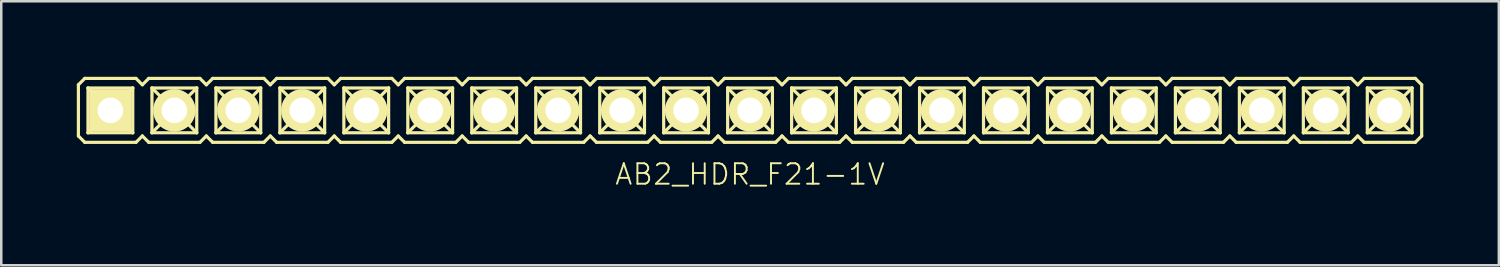
<source format=kicad_pcb>
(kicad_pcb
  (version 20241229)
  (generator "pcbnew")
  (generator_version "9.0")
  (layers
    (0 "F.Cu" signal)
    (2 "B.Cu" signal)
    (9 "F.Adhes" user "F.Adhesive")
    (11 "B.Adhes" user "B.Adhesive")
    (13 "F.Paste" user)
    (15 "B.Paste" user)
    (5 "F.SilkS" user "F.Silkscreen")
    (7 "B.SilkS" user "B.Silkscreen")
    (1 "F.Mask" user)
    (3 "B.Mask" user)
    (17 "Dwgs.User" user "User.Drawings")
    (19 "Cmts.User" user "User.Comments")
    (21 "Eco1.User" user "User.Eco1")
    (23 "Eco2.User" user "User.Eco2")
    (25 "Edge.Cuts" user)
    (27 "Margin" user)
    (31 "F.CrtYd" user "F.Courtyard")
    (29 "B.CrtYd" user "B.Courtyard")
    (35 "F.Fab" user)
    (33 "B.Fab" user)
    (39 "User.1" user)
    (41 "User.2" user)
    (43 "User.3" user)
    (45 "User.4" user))
  (footprint "AB2_HDR_F21-1V"
    (layer "F.Cu")
    (at 26.733 1.333)
    (property "Reference" "AB2_HDR_F21-1V" (at 0 2.54 0) (layer "F.SilkS") (effects (font (size 0.813 0.813) (thickness 0.076))))
    (attr through_hole)
    (fp_line (start -26.67 -1.016) (end -26.416 -1.27) (stroke (width 0.127) (type solid)) (layer "F.SilkS"))
    (fp_line (start -26.67 1.016) (end -26.67 -1.016) (stroke (width 0.127) (type solid)) (layer "F.SilkS"))
    (fp_line (start -26.416 -1.27) (end -24.384 -1.27) (stroke (width 0.127) (type solid)) (layer "F.SilkS"))
    (fp_line (start -26.416 1.27) (end -26.67 1.016) (stroke (width 0.127) (type solid)) (layer "F.SilkS"))
    (fp_line (start -26.289 -0.889) (end -24.511 -0.889) (stroke (width 0.127) (type solid)) (layer "F.SilkS"))
    (fp_line (start -26.289 0.889) (end -26.289 -0.889) (stroke (width 0.127) (type solid)) (layer "F.SilkS"))
    (fp_line (start -25.908 -0.508) (end -26.289 -0.889) (stroke (width 0.127) (type solid)) (layer "F.SilkS"))
    (fp_line (start -25.908 -0.508) (end -24.892 -0.508) (stroke (width 0.127) (type solid)) (layer "F.SilkS"))
    (fp_line (start -25.908 0.508) (end -26.289 0.889) (stroke (width 0.127) (type solid)) (layer "F.SilkS"))
    (fp_line (start -25.908 0.508) (end -25.908 -0.508) (stroke (width 0.127) (type solid)) (layer "F.SilkS"))
    (fp_line (start -24.892 -0.508) (end -24.892 0.508) (stroke (width 0.127) (type solid)) (layer "F.SilkS"))
    (fp_line (start -24.892 -0.508) (end -24.511 -0.889) (stroke (width 0.127) (type solid)) (layer "F.SilkS"))
    (fp_line (start -24.892 0.508) (end -25.908 0.508) (stroke (width 0.127) (type solid)) (layer "F.SilkS"))
    (fp_line (start -24.892 0.508) (end -24.511 0.889) (stroke (width 0.127) (type solid)) (layer "F.SilkS"))
    (fp_line (start -24.511 -0.889) (end -24.511 0.889) (stroke (width 0.127) (type solid)) (layer "F.SilkS"))
    (fp_line (start -24.511 0.889) (end -26.289 0.889) (stroke (width 0.127) (type solid)) (layer "F.SilkS"))
    (fp_line (start -24.384 -1.27) (end -24.13 -1.016) (stroke (width 0.127) (type solid)) (layer "F.SilkS"))
    (fp_line (start -24.384 1.27) (end -26.416 1.27) (stroke (width 0.127) (type solid)) (layer "F.SilkS"))
    (fp_line (start -24.13 -1.016) (end -23.876 -1.27) (stroke (width 0.127) (type solid)) (layer "F.SilkS"))
    (fp_line (start -24.13 1.016) (end -24.384 1.27) (stroke (width 0.127) (type solid)) (layer "F.SilkS"))
    (fp_line (start -23.876 -1.27) (end -21.844 -1.27) (stroke (width 0.127) (type solid)) (layer "F.SilkS"))
    (fp_line (start -23.876 1.27) (end -24.13 1.016) (stroke (width 0.127) (type solid)) (layer "F.SilkS"))
    (fp_line (start -23.749 -0.889) (end -21.971 -0.889) (stroke (width 0.127) (type solid)) (layer "F.SilkS"))
    (fp_line (start -23.749 0.889) (end -23.749 -0.889) (stroke (width 0.127) (type solid)) (layer "F.SilkS"))
    (fp_line (start -23.368 -0.508) (end -23.749 -0.889) (stroke (width 0.127) (type solid)) (layer "F.SilkS"))
    (fp_line (start -23.368 -0.508) (end -22.352 -0.508) (stroke (width 0.127) (type solid)) (layer "F.SilkS"))
    (fp_line (start -23.368 0.508) (end -23.749 0.889) (stroke (width 0.127) (type solid)) (layer "F.SilkS"))
    (fp_line (start -23.368 0.508) (end -23.368 -0.508) (stroke (width 0.127) (type solid)) (layer "F.SilkS"))
    (fp_line (start -22.352 -0.508) (end -22.352 0.508) (stroke (width 0.127) (type solid)) (layer "F.SilkS"))
    (fp_line (start -22.352 -0.508) (end -21.971 -0.889) (stroke (width 0.127) (type solid)) (layer "F.SilkS"))
    (fp_line (start -22.352 0.508) (end -23.368 0.508) (stroke (width 0.127) (type solid)) (layer "F.SilkS"))
    (fp_line (start -22.352 0.508) (end -21.971 0.889) (stroke (width 0.127) (type solid)) (layer "F.SilkS"))
    (fp_line (start -21.971 -0.889) (end -21.971 0.889) (stroke (width 0.127) (type solid)) (layer "F.SilkS"))
    (fp_line (start -21.971 0.889) (end -23.749 0.889) (stroke (width 0.127) (type solid)) (layer "F.SilkS"))
    (fp_line (start -21.844 -1.27) (end -21.59 -1.016) (stroke (width 0.127) (type solid)) (layer "F.SilkS"))
    (fp_line (start -21.844 1.27) (end -23.876 1.27) (stroke (width 0.127) (type solid)) (layer "F.SilkS"))
    (fp_line (start -21.59 -1.016) (end -21.336 -1.27) (stroke (width 0.127) (type solid)) (layer "F.SilkS"))
    (fp_line (start -21.59 1.016) (end -21.844 1.27) (stroke (width 0.127) (type solid)) (layer "F.SilkS"))
    (fp_line (start -21.336 -1.27) (end -19.304 -1.27) (stroke (width 0.127) (type solid)) (layer "F.SilkS"))
    (fp_line (start -21.336 1.27) (end -21.59 1.016) (stroke (width 0.127) (type solid)) (layer "F.SilkS"))
    (fp_line (start -21.209 -0.889) (end -19.431 -0.889) (stroke (width 0.127) (type solid)) (layer "F.SilkS"))
    (fp_line (start -21.209 0.889) (end -21.209 -0.889) (stroke (width 0.127) (type solid)) (layer "F.SilkS"))
    (fp_line (start -20.828 -0.508) (end -21.209 -0.889) (stroke (width 0.127) (type solid)) (layer "F.SilkS"))
    (fp_line (start -20.828 -0.508) (end -19.812 -0.508) (stroke (width 0.127) (type solid)) (layer "F.SilkS"))
    (fp_line (start -20.828 0.508) (end -21.209 0.889) (stroke (width 0.127) (type solid)) (layer "F.SilkS"))
    (fp_line (start -20.828 0.508) (end -20.828 -0.508) (stroke (width 0.127) (type solid)) (layer "F.SilkS"))
    (fp_line (start -19.812 -0.508) (end -19.812 0.508) (stroke (width 0.127) (type solid)) (layer "F.SilkS"))
    (fp_line (start -19.812 -0.508) (end -19.431 -0.889) (stroke (width 0.127) (type solid)) (layer "F.SilkS"))
    (fp_line (start -19.812 0.508) (end -20.828 0.508) (stroke (width 0.127) (type solid)) (layer "F.SilkS"))
    (fp_line (start -19.812 0.508) (end -19.431 0.889) (stroke (width 0.127) (type solid)) (layer "F.SilkS"))
    (fp_line (start -19.431 -0.889) (end -19.431 0.889) (stroke (width 0.127) (type solid)) (layer "F.SilkS"))
    (fp_line (start -19.431 0.889) (end -21.209 0.889) (stroke (width 0.127) (type solid)) (layer "F.SilkS"))
    (fp_line (start -19.304 -1.27) (end -19.05 -1.016) (stroke (width 0.127) (type solid)) (layer "F.SilkS"))
    (fp_line (start -19.304 1.27) (end -21.336 1.27) (stroke (width 0.127) (type solid)) (layer "F.SilkS"))
    (fp_line (start -19.05 -1.016) (end -18.796 -1.27) (stroke (width 0.127) (type solid)) (layer "F.SilkS"))
    (fp_line (start -19.05 1.016) (end -19.304 1.27) (stroke (width 0.127) (type solid)) (layer "F.SilkS"))
    (fp_line (start -18.796 -1.27) (end -16.764 -1.27) (stroke (width 0.127) (type solid)) (layer "F.SilkS"))
    (fp_line (start -18.796 1.27) (end -19.05 1.016) (stroke (width 0.127) (type solid)) (layer "F.SilkS"))
    (fp_line (start -18.669 -0.889) (end -16.891 -0.889) (stroke (width 0.127) (type solid)) (layer "F.SilkS"))
    (fp_line (start -18.669 0.889) (end -18.669 -0.889) (stroke (width 0.127) (type solid)) (layer "F.SilkS"))
    (fp_line (start -18.288 -0.508) (end -18.669 -0.889) (stroke (width 0.127) (type solid)) (layer "F.SilkS"))
    (fp_line (start -18.288 -0.508) (end -17.272 -0.508) (stroke (width 0.127) (type solid)) (layer "F.SilkS"))
    (fp_line (start -18.288 0.508) (end -18.669 0.889) (stroke (width 0.127) (type solid)) (layer "F.SilkS"))
    (fp_line (start -18.288 0.508) (end -18.288 -0.508) (stroke (width 0.127) (type solid)) (layer "F.SilkS"))
    (fp_line (start -17.272 -0.508) (end -17.272 0.508) (stroke (width 0.127) (type solid)) (layer "F.SilkS"))
    (fp_line (start -17.272 -0.508) (end -16.891 -0.889) (stroke (width 0.127) (type solid)) (layer "F.SilkS"))
    (fp_line (start -17.272 0.508) (end -18.288 0.508) (stroke (width 0.127) (type solid)) (layer "F.SilkS"))
    (fp_line (start -17.272 0.508) (end -16.891 0.889) (stroke (width 0.127) (type solid)) (layer "F.SilkS"))
    (fp_line (start -16.891 -0.889) (end -16.891 0.889) (stroke (width 0.127) (type solid)) (layer "F.SilkS"))
    (fp_line (start -16.891 0.889) (end -18.669 0.889) (stroke (width 0.127) (type solid)) (layer "F.SilkS"))
    (fp_line (start -16.764 -1.27) (end -16.51 -1.016) (stroke (width 0.127) (type solid)) (layer "F.SilkS"))
    (fp_line (start -16.764 1.27) (end -18.796 1.27) (stroke (width 0.127) (type solid)) (layer "F.SilkS"))
    (fp_line (start -16.51 -1.016) (end -16.256 -1.27) (stroke (width 0.127) (type solid)) (layer "F.SilkS"))
    (fp_line (start -16.51 1.016) (end -16.764 1.27) (stroke (width 0.127) (type solid)) (layer "F.SilkS"))
    (fp_line (start -16.256 -1.27) (end -14.224 -1.27) (stroke (width 0.127) (type solid)) (layer "F.SilkS"))
    (fp_line (start -16.256 1.27) (end -16.51 1.016) (stroke (width 0.127) (type solid)) (layer "F.SilkS"))
    (fp_line (start -16.129 -0.889) (end -14.351 -0.889) (stroke (width 0.127) (type solid)) (layer "F.SilkS"))
    (fp_line (start -16.129 0.889) (end -16.129 -0.889) (stroke (width 0.127) (type solid)) (layer "F.SilkS"))
    (fp_line (start -15.748 -0.508) (end -16.129 -0.889) (stroke (width 0.127) (type solid)) (layer "F.SilkS"))
    (fp_line (start -15.748 -0.508) (end -14.732 -0.508) (stroke (width 0.127) (type solid)) (layer "F.SilkS"))
    (fp_line (start -15.748 0.508) (end -16.129 0.889) (stroke (width 0.127) (type solid)) (layer "F.SilkS"))
    (fp_line (start -15.748 0.508) (end -15.748 -0.508) (stroke (width 0.127) (type solid)) (layer "F.SilkS"))
    (fp_line (start -14.732 -0.508) (end -14.732 0.508) (stroke (width 0.127) (type solid)) (layer "F.SilkS"))
    (fp_line (start -14.732 -0.508) (end -14.351 -0.889) (stroke (width 0.127) (type solid)) (layer "F.SilkS"))
    (fp_line (start -14.732 0.508) (end -15.748 0.508) (stroke (width 0.127) (type solid)) (layer "F.SilkS"))
    (fp_line (start -14.732 0.508) (end -14.351 0.889) (stroke (width 0.127) (type solid)) (layer "F.SilkS"))
    (fp_line (start -14.351 -0.889) (end -14.351 0.889) (stroke (width 0.127) (type solid)) (layer "F.SilkS"))
    (fp_line (start -14.351 0.889) (end -16.129 0.889) (stroke (width 0.127) (type solid)) (layer "F.SilkS"))
    (fp_line (start -14.224 -1.27) (end -13.97 -1.016) (stroke (width 0.127) (type solid)) (layer "F.SilkS"))
    (fp_line (start -14.224 1.27) (end -16.256 1.27) (stroke (width 0.127) (type solid)) (layer "F.SilkS"))
    (fp_line (start -13.97 -1.016) (end -13.716 -1.27) (stroke (width 0.127) (type solid)) (layer "F.SilkS"))
    (fp_line (start -13.97 1.016) (end -14.224 1.27) (stroke (width 0.127) (type solid)) (layer "F.SilkS"))
    (fp_line (start -13.716 -1.27) (end -11.684 -1.27) (stroke (width 0.127) (type solid)) (layer "F.SilkS"))
    (fp_line (start -13.716 1.27) (end -13.97 1.016) (stroke (width 0.127) (type solid)) (layer "F.SilkS"))
    (fp_line (start -13.589 -0.889) (end -11.811 -0.889) (stroke (width 0.127) (type solid)) (layer "F.SilkS"))
    (fp_line (start -13.589 0.889) (end -13.589 -0.889) (stroke (width 0.127) (type solid)) (layer "F.SilkS"))
    (fp_line (start -13.208 -0.508) (end -13.589 -0.889) (stroke (width 0.127) (type solid)) (layer "F.SilkS"))
    (fp_line (start -13.208 -0.508) (end -12.192 -0.508) (stroke (width 0.127) (type solid)) (layer "F.SilkS"))
    (fp_line (start -13.208 0.508) (end -13.589 0.889) (stroke (width 0.127) (type solid)) (layer "F.SilkS"))
    (fp_line (start -13.208 0.508) (end -13.208 -0.508) (stroke (width 0.127) (type solid)) (layer "F.SilkS"))
    (fp_line (start -12.192 -0.508) (end -12.192 0.508) (stroke (width 0.127) (type solid)) (layer "F.SilkS"))
    (fp_line (start -12.192 -0.508) (end -11.811 -0.889) (stroke (width 0.127) (type solid)) (layer "F.SilkS"))
    (fp_line (start -12.192 0.508) (end -13.208 0.508) (stroke (width 0.127) (type solid)) (layer "F.SilkS"))
    (fp_line (start -12.192 0.508) (end -11.811 0.889) (stroke (width 0.127) (type solid)) (layer "F.SilkS"))
    (fp_line (start -11.811 -0.889) (end -11.811 0.889) (stroke (width 0.127) (type solid)) (layer "F.SilkS"))
    (fp_line (start -11.811 0.889) (end -13.589 0.889) (stroke (width 0.127) (type solid)) (layer "F.SilkS"))
    (fp_line (start -11.684 -1.27) (end -11.43 -1.016) (stroke (width 0.127) (type solid)) (layer "F.SilkS"))
    (fp_line (start -11.684 1.27) (end -13.716 1.27) (stroke (width 0.127) (type solid)) (layer "F.SilkS"))
    (fp_line (start -11.43 -1.016) (end -11.176 -1.27) (stroke (width 0.127) (type solid)) (layer "F.SilkS"))
    (fp_line (start -11.43 1.016) (end -11.684 1.27) (stroke (width 0.127) (type solid)) (layer "F.SilkS"))
    (fp_line (start -11.176 -1.27) (end -9.144 -1.27) (stroke (width 0.127) (type solid)) (layer "F.SilkS"))
    (fp_line (start -11.176 1.27) (end -11.43 1.016) (stroke (width 0.127) (type solid)) (layer "F.SilkS"))
    (fp_line (start -11.049 -0.889) (end -9.271 -0.889) (stroke (width 0.127) (type solid)) (layer "F.SilkS"))
    (fp_line (start -11.049 0.889) (end -11.049 -0.889) (stroke (width 0.127) (type solid)) (layer "F.SilkS"))
    (fp_line (start -10.668 -0.508) (end -11.049 -0.889) (stroke (width 0.127) (type solid)) (layer "F.SilkS"))
    (fp_line (start -10.668 -0.508) (end -9.652 -0.508) (stroke (width 0.127) (type solid)) (layer "F.SilkS"))
    (fp_line (start -10.668 0.508) (end -11.049 0.889) (stroke (width 0.127) (type solid)) (layer "F.SilkS"))
    (fp_line (start -10.668 0.508) (end -10.668 -0.508) (stroke (width 0.127) (type solid)) (layer "F.SilkS"))
    (fp_line (start -9.652 -0.508) (end -9.652 0.508) (stroke (width 0.127) (type solid)) (layer "F.SilkS"))
    (fp_line (start -9.652 -0.508) (end -9.271 -0.889) (stroke (width 0.127) (type solid)) (layer "F.SilkS"))
    (fp_line (start -9.652 0.508) (end -10.668 0.508) (stroke (width 0.127) (type solid)) (layer "F.SilkS"))
    (fp_line (start -9.652 0.508) (end -9.271 0.889) (stroke (width 0.127) (type solid)) (layer "F.SilkS"))
    (fp_line (start -9.271 -0.889) (end -9.271 0.889) (stroke (width 0.127) (type solid)) (layer "F.SilkS"))
    (fp_line (start -9.271 0.889) (end -11.049 0.889) (stroke (width 0.127) (type solid)) (layer "F.SilkS"))
    (fp_line (start -9.144 -1.27) (end -8.89 -1.016) (stroke (width 0.127) (type solid)) (layer "F.SilkS"))
    (fp_line (start -9.144 1.27) (end -11.176 1.27) (stroke (width 0.127) (type solid)) (layer "F.SilkS"))
    (fp_line (start -8.89 -1.016) (end -8.636 -1.27) (stroke (width 0.127) (type solid)) (layer "F.SilkS"))
    (fp_line (start -8.89 1.016) (end -9.144 1.27) (stroke (width 0.127) (type solid)) (layer "F.SilkS"))
    (fp_line (start -8.636 -1.27) (end -6.604 -1.27) (stroke (width 0.127) (type solid)) (layer "F.SilkS"))
    (fp_line (start -8.636 1.27) (end -8.89 1.016) (stroke (width 0.127) (type solid)) (layer "F.SilkS"))
    (fp_line (start -8.509 -0.889) (end -6.731 -0.889) (stroke (width 0.127) (type solid)) (layer "F.SilkS"))
    (fp_line (start -8.509 0.889) (end -8.509 -0.889) (stroke (width 0.127) (type solid)) (layer "F.SilkS"))
    (fp_line (start -8.128 -0.508) (end -8.509 -0.889) (stroke (width 0.127) (type solid)) (layer "F.SilkS"))
    (fp_line (start -8.128 -0.508) (end -7.112 -0.508) (stroke (width 0.127) (type solid)) (layer "F.SilkS"))
    (fp_line (start -8.128 0.508) (end -8.509 0.889) (stroke (width 0.127) (type solid)) (layer "F.SilkS"))
    (fp_line (start -8.128 0.508) (end -8.128 -0.508) (stroke (width 0.127) (type solid)) (layer "F.SilkS"))
    (fp_line (start -7.112 -0.508) (end -7.112 0.508) (stroke (width 0.127) (type solid)) (layer "F.SilkS"))
    (fp_line (start -7.112 -0.508) (end -6.731 -0.889) (stroke (width 0.127) (type solid)) (layer "F.SilkS"))
    (fp_line (start -7.112 0.508) (end -8.128 0.508) (stroke (width 0.127) (type solid)) (layer "F.SilkS"))
    (fp_line (start -7.112 0.508) (end -6.731 0.889) (stroke (width 0.127) (type solid)) (layer "F.SilkS"))
    (fp_line (start -6.731 -0.889) (end -6.731 0.889) (stroke (width 0.127) (type solid)) (layer "F.SilkS"))
    (fp_line (start -6.731 0.889) (end -8.509 0.889) (stroke (width 0.127) (type solid)) (layer "F.SilkS"))
    (fp_line (start -6.604 -1.27) (end -6.35 -1.016) (stroke (width 0.127) (type solid)) (layer "F.SilkS"))
    (fp_line (start -6.604 1.27) (end -8.636 1.27) (stroke (width 0.127) (type solid)) (layer "F.SilkS"))
    (fp_line (start -6.35 -1.016) (end -6.096 -1.27) (stroke (width 0.127) (type solid)) (layer "F.SilkS"))
    (fp_line (start -6.35 1.016) (end -6.604 1.27) (stroke (width 0.127) (type solid)) (layer "F.SilkS"))
    (fp_line (start -6.096 -1.27) (end -4.064 -1.27) (stroke (width 0.127) (type solid)) (layer "F.SilkS"))
    (fp_line (start -6.096 1.27) (end -6.35 1.016) (stroke (width 0.127) (type solid)) (layer "F.SilkS"))
    (fp_line (start -5.969 -0.889) (end -4.191 -0.889) (stroke (width 0.127) (type solid)) (layer "F.SilkS"))
    (fp_line (start -5.969 0.889) (end -5.969 -0.889) (stroke (width 0.127) (type solid)) (layer "F.SilkS"))
    (fp_line (start -5.588 -0.508) (end -5.969 -0.889) (stroke (width 0.127) (type solid)) (layer "F.SilkS"))
    (fp_line (start -5.588 -0.508) (end -4.572 -0.508) (stroke (width 0.127) (type solid)) (layer "F.SilkS"))
    (fp_line (start -5.588 0.508) (end -5.969 0.889) (stroke (width 0.127) (type solid)) (layer "F.SilkS"))
    (fp_line (start -5.588 0.508) (end -5.588 -0.508) (stroke (width 0.127) (type solid)) (layer "F.SilkS"))
    (fp_line (start -4.572 -0.508) (end -4.572 0.508) (stroke (width 0.127) (type solid)) (layer "F.SilkS"))
    (fp_line (start -4.572 -0.508) (end -4.191 -0.889) (stroke (width 0.127) (type solid)) (layer "F.SilkS"))
    (fp_line (start -4.572 0.508) (end -5.588 0.508) (stroke (width 0.127) (type solid)) (layer "F.SilkS"))
    (fp_line (start -4.572 0.508) (end -4.191 0.889) (stroke (width 0.127) (type solid)) (layer "F.SilkS"))
    (fp_line (start -4.191 -0.889) (end -4.191 0.889) (stroke (width 0.127) (type solid)) (layer "F.SilkS"))
    (fp_line (start -4.191 0.889) (end -5.969 0.889) (stroke (width 0.127) (type solid)) (layer "F.SilkS"))
    (fp_line (start -4.064 -1.27) (end -3.81 -1.016) (stroke (width 0.127) (type solid)) (layer "F.SilkS"))
    (fp_line (start -4.064 1.27) (end -6.096 1.27) (stroke (width 0.127) (type solid)) (layer "F.SilkS"))
    (fp_line (start -3.81 -1.016) (end -3.556 -1.27) (stroke (width 0.127) (type solid)) (layer "F.SilkS"))
    (fp_line (start -3.81 1.016) (end -4.064 1.27) (stroke (width 0.127) (type solid)) (layer "F.SilkS"))
    (fp_line (start -3.556 -1.27) (end -1.524 -1.27) (stroke (width 0.127) (type solid)) (layer "F.SilkS"))
    (fp_line (start -3.556 1.27) (end -3.81 1.016) (stroke (width 0.127) (type solid)) (layer "F.SilkS"))
    (fp_line (start -3.429 -0.889) (end -1.651 -0.889) (stroke (width 0.127) (type solid)) (layer "F.SilkS"))
    (fp_line (start -3.429 0.889) (end -3.429 -0.889) (stroke (width 0.127) (type solid)) (layer "F.SilkS"))
    (fp_line (start -3.048 -0.508) (end -3.429 -0.889) (stroke (width 0.127) (type solid)) (layer "F.SilkS"))
    (fp_line (start -3.048 -0.508) (end -2.032 -0.508) (stroke (width 0.127) (type solid)) (layer "F.SilkS"))
    (fp_line (start -3.048 0.508) (end -3.429 0.889) (stroke (width 0.127) (type solid)) (layer "F.SilkS"))
    (fp_line (start -3.048 0.508) (end -3.048 -0.508) (stroke (width 0.127) (type solid)) (layer "F.SilkS"))
    (fp_line (start -2.032 -0.508) (end -2.032 0.508) (stroke (width 0.127) (type solid)) (layer "F.SilkS"))
    (fp_line (start -2.032 -0.508) (end -1.651 -0.889) (stroke (width 0.127) (type solid)) (layer "F.SilkS"))
    (fp_line (start -2.032 0.508) (end -3.048 0.508) (stroke (width 0.127) (type solid)) (layer "F.SilkS"))
    (fp_line (start -2.032 0.508) (end -1.651 0.889) (stroke (width 0.127) (type solid)) (layer "F.SilkS"))
    (fp_line (start -1.651 -0.889) (end -1.651 0.889) (stroke (width 0.127) (type solid)) (layer "F.SilkS"))
    (fp_line (start -1.651 0.889) (end -3.429 0.889) (stroke (width 0.127) (type solid)) (layer "F.SilkS"))
    (fp_line (start -1.524 -1.27) (end -1.27 -1.016) (stroke (width 0.127) (type solid)) (layer "F.SilkS"))
    (fp_line (start -1.524 1.27) (end -3.556 1.27) (stroke (width 0.127) (type solid)) (layer "F.SilkS"))
    (fp_line (start -1.27 -1.016) (end -1.016 -1.27) (stroke (width 0.127) (type solid)) (layer "F.SilkS"))
    (fp_line (start -1.27 1.016) (end -1.524 1.27) (stroke (width 0.127) (type solid)) (layer "F.SilkS"))
    (fp_line (start -1.016 -1.27) (end 1.016 -1.27) (stroke (width 0.127) (type solid)) (layer "F.SilkS"))
    (fp_line (start -1.016 1.27) (end -1.27 1.016) (stroke (width 0.127) (type solid)) (layer "F.SilkS"))
    (fp_line (start -0.889 -0.889) (end 0.889 -0.889) (stroke (width 0.127) (type solid)) (layer "F.SilkS"))
    (fp_line (start -0.889 0.889) (end -0.889 -0.889) (stroke (width 0.127) (type solid)) (layer "F.SilkS"))
    (fp_line (start -0.508 -0.508) (end -0.889 -0.889) (stroke (width 0.127) (type solid)) (layer "F.SilkS"))
    (fp_line (start -0.508 -0.508) (end 0.508 -0.508) (stroke (width 0.127) (type solid)) (layer "F.SilkS"))
    (fp_line (start -0.508 0.508) (end -0.889 0.889) (stroke (width 0.127) (type solid)) (layer "F.SilkS"))
    (fp_line (start -0.508 0.508) (end -0.508 -0.508) (stroke (width 0.127) (type solid)) (layer "F.SilkS"))
    (fp_line (start 0.508 -0.508) (end 0.508 0.508) (stroke (width 0.127) (type solid)) (layer "F.SilkS"))
    (fp_line (start 0.508 -0.508) (end 0.889 -0.889) (stroke (width 0.127) (type solid)) (layer "F.SilkS"))
    (fp_line (start 0.508 0.508) (end -0.508 0.508) (stroke (width 0.127) (type solid)) (layer "F.SilkS"))
    (fp_line (start 0.508 0.508) (end 0.889 0.889) (stroke (width 0.127) (type solid)) (layer "F.SilkS"))
    (fp_line (start 0.889 -0.889) (end 0.889 0.889) (stroke (width 0.127) (type solid)) (layer "F.SilkS"))
    (fp_line (start 0.889 0.889) (end -0.889 0.889) (stroke (width 0.127) (type solid)) (layer "F.SilkS"))
    (fp_line (start 1.016 -1.27) (end 1.27 -1.016) (stroke (width 0.127) (type solid)) (layer "F.SilkS"))
    (fp_line (start 1.016 1.27) (end -1.016 1.27) (stroke (width 0.127) (type solid)) (layer "F.SilkS"))
    (fp_line (start 1.27 -1.016) (end 1.524 -1.27) (stroke (width 0.127) (type solid)) (layer "F.SilkS"))
    (fp_line (start 1.27 1.016) (end 1.016 1.27) (stroke (width 0.127) (type solid)) (layer "F.SilkS"))
    (fp_line (start 1.524 -1.27) (end 3.556 -1.27) (stroke (width 0.127) (type solid)) (layer "F.SilkS"))
    (fp_line (start 1.524 1.27) (end 1.27 1.016) (stroke (width 0.127) (type solid)) (layer "F.SilkS"))
    (fp_line (start 1.651 -0.889) (end 3.429 -0.889) (stroke (width 0.127) (type solid)) (layer "F.SilkS"))
    (fp_line (start 1.651 0.889) (end 1.651 -0.889) (stroke (width 0.127) (type solid)) (layer "F.SilkS"))
    (fp_line (start 2.032 -0.508) (end 1.651 -0.889) (stroke (width 0.127) (type solid)) (layer "F.SilkS"))
    (fp_line (start 2.032 -0.508) (end 3.048 -0.508) (stroke (width 0.127) (type solid)) (layer "F.SilkS"))
    (fp_line (start 2.032 0.508) (end 1.651 0.889) (stroke (width 0.127) (type solid)) (layer "F.SilkS"))
    (fp_line (start 2.032 0.508) (end 2.032 -0.508) (stroke (width 0.127) (type solid)) (layer "F.SilkS"))
    (fp_line (start 3.048 -0.508) (end 3.048 0.508) (stroke (width 0.127) (type solid)) (layer "F.SilkS"))
    (fp_line (start 3.048 -0.508) (end 3.429 -0.889) (stroke (width 0.127) (type solid)) (layer "F.SilkS"))
    (fp_line (start 3.048 0.508) (end 2.032 0.508) (stroke (width 0.127) (type solid)) (layer "F.SilkS"))
    (fp_line (start 3.048 0.508) (end 3.429 0.889) (stroke (width 0.127) (type solid)) (layer "F.SilkS"))
    (fp_line (start 3.429 -0.889) (end 3.429 0.889) (stroke (width 0.127) (type solid)) (layer "F.SilkS"))
    (fp_line (start 3.429 0.889) (end 1.651 0.889) (stroke (width 0.127) (type solid)) (layer "F.SilkS"))
    (fp_line (start 3.556 -1.27) (end 3.81 -1.016) (stroke (width 0.127) (type solid)) (layer "F.SilkS"))
    (fp_line (start 3.556 1.27) (end 1.524 1.27) (stroke (width 0.127) (type solid)) (layer "F.SilkS"))
    (fp_line (start 3.81 -1.016) (end 4.064 -1.27) (stroke (width 0.127) (type solid)) (layer "F.SilkS"))
    (fp_line (start 3.81 1.016) (end 3.556 1.27) (stroke (width 0.127) (type solid)) (layer "F.SilkS"))
    (fp_line (start 4.064 -1.27) (end 6.096 -1.27) (stroke (width 0.127) (type solid)) (layer "F.SilkS"))
    (fp_line (start 4.064 1.27) (end 3.81 1.016) (stroke (width 0.127) (type solid)) (layer "F.SilkS"))
    (fp_line (start 4.191 -0.889) (end 5.969 -0.889) (stroke (width 0.127) (type solid)) (layer "F.SilkS"))
    (fp_line (start 4.191 0.889) (end 4.191 -0.889) (stroke (width 0.127) (type solid)) (layer "F.SilkS"))
    (fp_line (start 4.572 -0.508) (end 4.191 -0.889) (stroke (width 0.127) (type solid)) (layer "F.SilkS"))
    (fp_line (start 4.572 -0.508) (end 5.588 -0.508) (stroke (width 0.127) (type solid)) (layer "F.SilkS"))
    (fp_line (start 4.572 0.508) (end 4.191 0.889) (stroke (width 0.127) (type solid)) (layer "F.SilkS"))
    (fp_line (start 4.572 0.508) (end 4.572 -0.508) (stroke (width 0.127) (type solid)) (layer "F.SilkS"))
    (fp_line (start 5.588 -0.508) (end 5.588 0.508) (stroke (width 0.127) (type solid)) (layer "F.SilkS"))
    (fp_line (start 5.588 -0.508) (end 5.969 -0.889) (stroke (width 0.127) (type solid)) (layer "F.SilkS"))
    (fp_line (start 5.588 0.508) (end 4.572 0.508) (stroke (width 0.127) (type solid)) (layer "F.SilkS"))
    (fp_line (start 5.588 0.508) (end 5.969 0.889) (stroke (width 0.127) (type solid)) (layer "F.SilkS"))
    (fp_line (start 5.969 -0.889) (end 5.969 0.889) (stroke (width 0.127) (type solid)) (layer "F.SilkS"))
    (fp_line (start 5.969 0.889) (end 4.191 0.889) (stroke (width 0.127) (type solid)) (layer "F.SilkS"))
    (fp_line (start 6.096 -1.27) (end 6.35 -1.016) (stroke (width 0.127) (type solid)) (layer "F.SilkS"))
    (fp_line (start 6.096 1.27) (end 4.064 1.27) (stroke (width 0.127) (type solid)) (layer "F.SilkS"))
    (fp_line (start 6.35 -1.016) (end 6.604 -1.27) (stroke (width 0.127) (type solid)) (layer "F.SilkS"))
    (fp_line (start 6.35 1.016) (end 6.096 1.27) (stroke (width 0.127) (type solid)) (layer "F.SilkS"))
    (fp_line (start 6.604 -1.27) (end 8.636 -1.27) (stroke (width 0.127) (type solid)) (layer "F.SilkS"))
    (fp_line (start 6.604 1.27) (end 6.35 1.016) (stroke (width 0.127) (type solid)) (layer "F.SilkS"))
    (fp_line (start 6.731 -0.889) (end 8.509 -0.889) (stroke (width 0.127) (type solid)) (layer "F.SilkS"))
    (fp_line (start 6.731 0.889) (end 6.731 -0.889) (stroke (width 0.127) (type solid)) (layer "F.SilkS"))
    (fp_line (start 7.112 -0.508) (end 6.731 -0.889) (stroke (width 0.127) (type solid)) (layer "F.SilkS"))
    (fp_line (start 7.112 -0.508) (end 8.128 -0.508) (stroke (width 0.127) (type solid)) (layer "F.SilkS"))
    (fp_line (start 7.112 0.508) (end 6.731 0.889) (stroke (width 0.127) (type solid)) (layer "F.SilkS"))
    (fp_line (start 7.112 0.508) (end 7.112 -0.508) (stroke (width 0.127) (type solid)) (layer "F.SilkS"))
    (fp_line (start 8.128 -0.508) (end 8.128 0.508) (stroke (width 0.127) (type solid)) (layer "F.SilkS"))
    (fp_line (start 8.128 -0.508) (end 8.509 -0.889) (stroke (width 0.127) (type solid)) (layer "F.SilkS"))
    (fp_line (start 8.128 0.508) (end 7.112 0.508) (stroke (width 0.127) (type solid)) (layer "F.SilkS"))
    (fp_line (start 8.128 0.508) (end 8.509 0.889) (stroke (width 0.127) (type solid)) (layer "F.SilkS"))
    (fp_line (start 8.509 -0.889) (end 8.509 0.889) (stroke (width 0.127) (type solid)) (layer "F.SilkS"))
    (fp_line (start 8.509 0.889) (end 6.731 0.889) (stroke (width 0.127) (type solid)) (layer "F.SilkS"))
    (fp_line (start 8.636 -1.27) (end 8.89 -1.016) (stroke (width 0.127) (type solid)) (layer "F.SilkS"))
    (fp_line (start 8.636 1.27) (end 6.604 1.27) (stroke (width 0.127) (type solid)) (layer "F.SilkS"))
    (fp_line (start 8.89 -1.016) (end 9.144 -1.27) (stroke (width 0.127) (type solid)) (layer "F.SilkS"))
    (fp_line (start 8.89 1.016) (end 8.636 1.27) (stroke (width 0.127) (type solid)) (layer "F.SilkS"))
    (fp_line (start 9.144 -1.27) (end 11.176 -1.27) (stroke (width 0.127) (type solid)) (layer "F.SilkS"))
    (fp_line (start 9.144 1.27) (end 8.89 1.016) (stroke (width 0.127) (type solid)) (layer "F.SilkS"))
    (fp_line (start 9.271 -0.889) (end 11.049 -0.889) (stroke (width 0.127) (type solid)) (layer "F.SilkS"))
    (fp_line (start 9.271 0.889) (end 9.271 -0.889) (stroke (width 0.127) (type solid)) (layer "F.SilkS"))
    (fp_line (start 9.652 -0.508) (end 9.271 -0.889) (stroke (width 0.127) (type solid)) (layer "F.SilkS"))
    (fp_line (start 9.652 -0.508) (end 10.668 -0.508) (stroke (width 0.127) (type solid)) (layer "F.SilkS"))
    (fp_line (start 9.652 0.508) (end 9.271 0.889) (stroke (width 0.127) (type solid)) (layer "F.SilkS"))
    (fp_line (start 9.652 0.508) (end 9.652 -0.508) (stroke (width 0.127) (type solid)) (layer "F.SilkS"))
    (fp_line (start 10.668 -0.508) (end 10.668 0.508) (stroke (width 0.127) (type solid)) (layer "F.SilkS"))
    (fp_line (start 10.668 -0.508) (end 11.049 -0.889) (stroke (width 0.127) (type solid)) (layer "F.SilkS"))
    (fp_line (start 10.668 0.508) (end 9.652 0.508) (stroke (width 0.127) (type solid)) (layer "F.SilkS"))
    (fp_line (start 10.668 0.508) (end 11.049 0.889) (stroke (width 0.127) (type solid)) (layer "F.SilkS"))
    (fp_line (start 11.049 -0.889) (end 11.049 0.889) (stroke (width 0.127) (type solid)) (layer "F.SilkS"))
    (fp_line (start 11.049 0.889) (end 9.271 0.889) (stroke (width 0.127) (type solid)) (layer "F.SilkS"))
    (fp_line (start 11.176 -1.27) (end 11.43 -1.016) (stroke (width 0.127) (type solid)) (layer "F.SilkS"))
    (fp_line (start 11.176 1.27) (end 9.144 1.27) (stroke (width 0.127) (type solid)) (layer "F.SilkS"))
    (fp_line (start 11.43 -1.016) (end 11.684 -1.27) (stroke (width 0.127) (type solid)) (layer "F.SilkS"))
    (fp_line (start 11.43 1.016) (end 11.176 1.27) (stroke (width 0.127) (type solid)) (layer "F.SilkS"))
    (fp_line (start 11.684 -1.27) (end 13.716 -1.27) (stroke (width 0.127) (type solid)) (layer "F.SilkS"))
    (fp_line (start 11.684 1.27) (end 11.43 1.016) (stroke (width 0.127) (type solid)) (layer "F.SilkS"))
    (fp_line (start 11.811 -0.889) (end 13.589 -0.889) (stroke (width 0.127) (type solid)) (layer "F.SilkS"))
    (fp_line (start 11.811 0.889) (end 11.811 -0.889) (stroke (width 0.127) (type solid)) (layer "F.SilkS"))
    (fp_line (start 12.192 -0.508) (end 11.811 -0.889) (stroke (width 0.127) (type solid)) (layer "F.SilkS"))
    (fp_line (start 12.192 -0.508) (end 13.208 -0.508) (stroke (width 0.127) (type solid)) (layer "F.SilkS"))
    (fp_line (start 12.192 0.508) (end 11.811 0.889) (stroke (width 0.127) (type solid)) (layer "F.SilkS"))
    (fp_line (start 12.192 0.508) (end 12.192 -0.508) (stroke (width 0.127) (type solid)) (layer "F.SilkS"))
    (fp_line (start 13.208 -0.508) (end 13.208 0.508) (stroke (width 0.127) (type solid)) (layer "F.SilkS"))
    (fp_line (start 13.208 -0.508) (end 13.589 -0.889) (stroke (width 0.127) (type solid)) (layer "F.SilkS"))
    (fp_line (start 13.208 0.508) (end 12.192 0.508) (stroke (width 0.127) (type solid)) (layer "F.SilkS"))
    (fp_line (start 13.208 0.508) (end 13.589 0.889) (stroke (width 0.127) (type solid)) (layer "F.SilkS"))
    (fp_line (start 13.589 -0.889) (end 13.589 0.889) (stroke (width 0.127) (type solid)) (layer "F.SilkS"))
    (fp_line (start 13.589 0.889) (end 11.811 0.889) (stroke (width 0.127) (type solid)) (layer "F.SilkS"))
    (fp_line (start 13.716 -1.27) (end 13.97 -1.016) (stroke (width 0.127) (type solid)) (layer "F.SilkS"))
    (fp_line (start 13.716 1.27) (end 11.684 1.27) (stroke (width 0.127) (type solid)) (layer "F.SilkS"))
    (fp_line (start 13.97 -1.016) (end 14.224 -1.27) (stroke (width 0.127) (type solid)) (layer "F.SilkS"))
    (fp_line (start 13.97 1.016) (end 13.716 1.27) (stroke (width 0.127) (type solid)) (layer "F.SilkS"))
    (fp_line (start 14.224 -1.27) (end 16.256 -1.27) (stroke (width 0.127) (type solid)) (layer "F.SilkS"))
    (fp_line (start 14.224 1.27) (end 13.97 1.016) (stroke (width 0.127) (type solid)) (layer "F.SilkS"))
    (fp_line (start 14.351 -0.889) (end 16.129 -0.889) (stroke (width 0.127) (type solid)) (layer "F.SilkS"))
    (fp_line (start 14.351 0.889) (end 14.351 -0.889) (stroke (width 0.127) (type solid)) (layer "F.SilkS"))
    (fp_line (start 14.732 -0.508) (end 14.351 -0.889) (stroke (width 0.127) (type solid)) (layer "F.SilkS"))
    (fp_line (start 14.732 -0.508) (end 15.748 -0.508) (stroke (width 0.127) (type solid)) (layer "F.SilkS"))
    (fp_line (start 14.732 0.508) (end 14.351 0.889) (stroke (width 0.127) (type solid)) (layer "F.SilkS"))
    (fp_line (start 14.732 0.508) (end 14.732 -0.508) (stroke (width 0.127) (type solid)) (layer "F.SilkS"))
    (fp_line (start 15.748 -0.508) (end 15.748 0.508) (stroke (width 0.127) (type solid)) (layer "F.SilkS"))
    (fp_line (start 15.748 -0.508) (end 16.129 -0.889) (stroke (width 0.127) (type solid)) (layer "F.SilkS"))
    (fp_line (start 15.748 0.508) (end 14.732 0.508) (stroke (width 0.127) (type solid)) (layer "F.SilkS"))
    (fp_line (start 15.748 0.508) (end 16.129 0.889) (stroke (width 0.127) (type solid)) (layer "F.SilkS"))
    (fp_line (start 16.129 -0.889) (end 16.129 0.889) (stroke (width 0.127) (type solid)) (layer "F.SilkS"))
    (fp_line (start 16.129 0.889) (end 14.351 0.889) (stroke (width 0.127) (type solid)) (layer "F.SilkS"))
    (fp_line (start 16.256 -1.27) (end 16.51 -1.016) (stroke (width 0.127) (type solid)) (layer "F.SilkS"))
    (fp_line (start 16.256 1.27) (end 14.224 1.27) (stroke (width 0.127) (type solid)) (layer "F.SilkS"))
    (fp_line (start 16.51 -1.016) (end 16.764 -1.27) (stroke (width 0.127) (type solid)) (layer "F.SilkS"))
    (fp_line (start 16.51 1.016) (end 16.256 1.27) (stroke (width 0.127) (type solid)) (layer "F.SilkS"))
    (fp_line (start 16.764 -1.27) (end 18.796 -1.27) (stroke (width 0.127) (type solid)) (layer "F.SilkS"))
    (fp_line (start 16.764 1.27) (end 16.51 1.016) (stroke (width 0.127) (type solid)) (layer "F.SilkS"))
    (fp_line (start 16.891 -0.889) (end 18.669 -0.889) (stroke (width 0.127) (type solid)) (layer "F.SilkS"))
    (fp_line (start 16.891 0.889) (end 16.891 -0.889) (stroke (width 0.127) (type solid)) (layer "F.SilkS"))
    (fp_line (start 17.272 -0.508) (end 16.891 -0.889) (stroke (width 0.127) (type solid)) (layer "F.SilkS"))
    (fp_line (start 17.272 -0.508) (end 18.288 -0.508) (stroke (width 0.127) (type solid)) (layer "F.SilkS"))
    (fp_line (start 17.272 0.508) (end 16.891 0.889) (stroke (width 0.127) (type solid)) (layer "F.SilkS"))
    (fp_line (start 17.272 0.508) (end 17.272 -0.508) (stroke (width 0.127) (type solid)) (layer "F.SilkS"))
    (fp_line (start 18.288 -0.508) (end 18.288 0.508) (stroke (width 0.127) (type solid)) (layer "F.SilkS"))
    (fp_line (start 18.288 -0.508) (end 18.669 -0.889) (stroke (width 0.127) (type solid)) (layer "F.SilkS"))
    (fp_line (start 18.288 0.508) (end 17.272 0.508) (stroke (width 0.127) (type solid)) (layer "F.SilkS"))
    (fp_line (start 18.288 0.508) (end 18.669 0.889) (stroke (width 0.127) (type solid)) (layer "F.SilkS"))
    (fp_line (start 18.669 -0.889) (end 18.669 0.889) (stroke (width 0.127) (type solid)) (layer "F.SilkS"))
    (fp_line (start 18.669 0.889) (end 16.891 0.889) (stroke (width 0.127) (type solid)) (layer "F.SilkS"))
    (fp_line (start 18.796 -1.27) (end 19.05 -1.016) (stroke (width 0.127) (type solid)) (layer "F.SilkS"))
    (fp_line (start 18.796 1.27) (end 16.764 1.27) (stroke (width 0.127) (type solid)) (layer "F.SilkS"))
    (fp_line (start 19.05 -1.016) (end 19.304 -1.27) (stroke (width 0.127) (type solid)) (layer "F.SilkS"))
    (fp_line (start 19.05 1.016) (end 18.796 1.27) (stroke (width 0.127) (type solid)) (layer "F.SilkS"))
    (fp_line (start 19.304 -1.27) (end 21.336 -1.27) (stroke (width 0.127) (type solid)) (layer "F.SilkS"))
    (fp_line (start 19.304 1.27) (end 19.05 1.016) (stroke (width 0.127) (type solid)) (layer "F.SilkS"))
    (fp_line (start 19.431 -0.889) (end 21.209 -0.889) (stroke (width 0.127) (type solid)) (layer "F.SilkS"))
    (fp_line (start 19.431 0.889) (end 19.431 -0.889) (stroke (width 0.127) (type solid)) (layer "F.SilkS"))
    (fp_line (start 19.812 -0.508) (end 19.431 -0.889) (stroke (width 0.127) (type solid)) (layer "F.SilkS"))
    (fp_line (start 19.812 -0.508) (end 20.828 -0.508) (stroke (width 0.127) (type solid)) (layer "F.SilkS"))
    (fp_line (start 19.812 0.508) (end 19.431 0.889) (stroke (width 0.127) (type solid)) (layer "F.SilkS"))
    (fp_line (start 19.812 0.508) (end 19.812 -0.508) (stroke (width 0.127) (type solid)) (layer "F.SilkS"))
    (fp_line (start 20.828 -0.508) (end 20.828 0.508) (stroke (width 0.127) (type solid)) (layer "F.SilkS"))
    (fp_line (start 20.828 -0.508) (end 21.209 -0.889) (stroke (width 0.127) (type solid)) (layer "F.SilkS"))
    (fp_line (start 20.828 0.508) (end 19.812 0.508) (stroke (width 0.127) (type solid)) (layer "F.SilkS"))
    (fp_line (start 20.828 0.508) (end 21.209 0.889) (stroke (width 0.127) (type solid)) (layer "F.SilkS"))
    (fp_line (start 21.209 -0.889) (end 21.209 0.889) (stroke (width 0.127) (type solid)) (layer "F.SilkS"))
    (fp_line (start 21.209 0.889) (end 19.431 0.889) (stroke (width 0.127) (type solid)) (layer "F.SilkS"))
    (fp_line (start 21.336 -1.27) (end 21.59 -1.016) (stroke (width 0.127) (type solid)) (layer "F.SilkS"))
    (fp_line (start 21.336 1.27) (end 19.304 1.27) (stroke (width 0.127) (type solid)) (layer "F.SilkS"))
    (fp_line (start 21.59 -1.016) (end 21.844 -1.27) (stroke (width 0.127) (type solid)) (layer "F.SilkS"))
    (fp_line (start 21.59 1.016) (end 21.336 1.27) (stroke (width 0.127) (type solid)) (layer "F.SilkS"))
    (fp_line (start 21.844 -1.27) (end 23.876 -1.27) (stroke (width 0.127) (type solid)) (layer "F.SilkS"))
    (fp_line (start 21.844 1.27) (end 21.59 1.016) (stroke (width 0.127) (type solid)) (layer "F.SilkS"))
    (fp_line (start 21.971 -0.889) (end 23.749 -0.889) (stroke (width 0.127) (type solid)) (layer "F.SilkS"))
    (fp_line (start 21.971 0.889) (end 21.971 -0.889) (stroke (width 0.127) (type solid)) (layer "F.SilkS"))
    (fp_line (start 22.352 -0.508) (end 21.971 -0.889) (stroke (width 0.127) (type solid)) (layer "F.SilkS"))
    (fp_line (start 22.352 -0.508) (end 23.368 -0.508) (stroke (width 0.127) (type solid)) (layer "F.SilkS"))
    (fp_line (start 22.352 0.508) (end 21.971 0.889) (stroke (width 0.127) (type solid)) (layer "F.SilkS"))
    (fp_line (start 22.352 0.508) (end 22.352 -0.508) (stroke (width 0.127) (type solid)) (layer "F.SilkS"))
    (fp_line (start 23.368 -0.508) (end 23.368 0.508) (stroke (width 0.127) (type solid)) (layer "F.SilkS"))
    (fp_line (start 23.368 -0.508) (end 23.749 -0.889) (stroke (width 0.127) (type solid)) (layer "F.SilkS"))
    (fp_line (start 23.368 0.508) (end 22.352 0.508) (stroke (width 0.127) (type solid)) (layer "F.SilkS"))
    (fp_line (start 23.368 0.508) (end 23.749 0.889) (stroke (width 0.127) (type solid)) (layer "F.SilkS"))
    (fp_line (start 23.749 -0.889) (end 23.749 0.889) (stroke (width 0.127) (type solid)) (layer "F.SilkS"))
    (fp_line (start 23.749 0.889) (end 21.971 0.889) (stroke (width 0.127) (type solid)) (layer "F.SilkS"))
    (fp_line (start 23.876 -1.27) (end 24.13 -1.016) (stroke (width 0.127) (type solid)) (layer "F.SilkS"))
    (fp_line (start 23.876 1.27) (end 21.844 1.27) (stroke (width 0.127) (type solid)) (layer "F.SilkS"))
    (fp_line (start 24.13 -1.016) (end 24.384 -1.27) (stroke (width 0.127) (type solid)) (layer "F.SilkS"))
    (fp_line (start 24.13 1.016) (end 23.876 1.27) (stroke (width 0.127) (type solid)) (layer "F.SilkS"))
    (fp_line (start 24.384 -1.27) (end 26.416 -1.27) (stroke (width 0.127) (type solid)) (layer "F.SilkS"))
    (fp_line (start 24.384 1.27) (end 24.13 1.016) (stroke (width 0.127) (type solid)) (layer "F.SilkS"))
    (fp_line (start 24.511 -0.889) (end 26.289 -0.889) (stroke (width 0.127) (type solid)) (layer "F.SilkS"))
    (fp_line (start 24.511 0.889) (end 24.511 -0.889) (stroke (width 0.127) (type solid)) (layer "F.SilkS"))
    (fp_line (start 24.892 -0.508) (end 24.511 -0.889) (stroke (width 0.127) (type solid)) (layer "F.SilkS"))
    (fp_line (start 24.892 -0.508) (end 25.908 -0.508) (stroke (width 0.127) (type solid)) (layer "F.SilkS"))
    (fp_line (start 24.892 0.508) (end 24.511 0.889) (stroke (width 0.127) (type solid)) (layer "F.SilkS"))
    (fp_line (start 24.892 0.508) (end 24.892 -0.508) (stroke (width 0.127) (type solid)) (layer "F.SilkS"))
    (fp_line (start 25.908 -0.508) (end 25.908 0.508) (stroke (width 0.127) (type solid)) (layer "F.SilkS"))
    (fp_line (start 25.908 -0.508) (end 26.289 -0.889) (stroke (width 0.127) (type solid)) (layer "F.SilkS"))
    (fp_line (start 25.908 0.508) (end 24.892 0.508) (stroke (width 0.127) (type solid)) (layer "F.SilkS"))
    (fp_line (start 25.908 0.508) (end 26.289 0.889) (stroke (width 0.127) (type solid)) (layer "F.SilkS"))
    (fp_line (start 26.289 -0.889) (end 26.289 0.889) (stroke (width 0.127) (type solid)) (layer "F.SilkS"))
    (fp_line (start 26.289 0.889) (end 24.511 0.889) (stroke (width 0.127) (type solid)) (layer "F.SilkS"))
    (fp_line (start 26.416 -1.27) (end 26.67 -1.016) (stroke (width 0.127) (type solid)) (layer "F.SilkS"))
    (fp_line (start 26.416 1.27) (end 24.384 1.27) (stroke (width 0.127) (type solid)) (layer "F.SilkS"))
    (fp_line (start 26.67 -1.016) (end 26.67 1.016) (stroke (width 0.127) (type solid)) (layer "F.SilkS"))
    (fp_line (start 26.67 1.016) (end 26.416 1.27) (stroke (width 0.127) (type solid)) (layer "F.SilkS"))
    (pad "1" thru_hole rect (at -25.4 0) (size 1.676 1.676) (drill 1.016) (layers "*.Cu" "*.Mask" "F.SilkS"))
    (pad "2" thru_hole circle (at -22.86 0) (size 1.676 1.676) (drill 1.016) (layers "*.Cu" "*.Mask" "F.SilkS"))
    (pad "3" thru_hole circle (at -20.32 0) (size 1.676 1.676) (drill 1.016) (layers "*.Cu" "*.Mask" "F.SilkS"))
    (pad "4" thru_hole circle (at -17.78 0) (size 1.676 1.676) (drill 1.016) (layers "*.Cu" "*.Mask" "F.SilkS"))
    (pad "5" thru_hole circle (at -15.24 0) (size 1.676 1.676) (drill 1.016) (layers "*.Cu" "*.Mask" "F.SilkS"))
    (pad "6" thru_hole circle (at -12.7 0) (size 1.676 1.676) (drill 1.016) (layers "*.Cu" "*.Mask" "F.SilkS"))
    (pad "7" thru_hole circle (at -10.16 0) (size 1.676 1.676) (drill 1.016) (layers "*.Cu" "*.Mask" "F.SilkS"))
    (pad "8" thru_hole circle (at -7.62 0) (size 1.676 1.676) (drill 1.016) (layers "*.Cu" "*.Mask" "F.SilkS"))
    (pad "9" thru_hole circle (at -5.08 0) (size 1.676 1.676) (drill 1.016) (layers "*.Cu" "*.Mask" "F.SilkS"))
    (pad "10" thru_hole circle (at -2.54 0) (size 1.676 1.676) (drill 1.016) (layers "*.Cu" "*.Mask" "F.SilkS"))
    (pad "11" thru_hole circle (at 0 0) (size 1.676 1.676) (drill 1.016) (layers "*.Cu" "*.Mask" "F.SilkS"))
    (pad "12" thru_hole circle (at 2.54 0) (size 1.676 1.676) (drill 1.016) (layers "*.Cu" "*.Mask" "F.SilkS"))
    (pad "13" thru_hole circle (at 5.08 0) (size 1.676 1.676) (drill 1.016) (layers "*.Cu" "*.Mask" "F.SilkS"))
    (pad "14" thru_hole circle (at 7.62 0) (size 1.676 1.676) (drill 1.016) (layers "*.Cu" "*.Mask" "F.SilkS"))
    (pad "15" thru_hole circle (at 10.16 0) (size 1.676 1.676) (drill 1.016) (layers "*.Cu" "*.Mask" "F.SilkS"))
    (pad "16" thru_hole circle (at 12.7 0) (size 1.676 1.676) (drill 1.016) (layers "*.Cu" "*.Mask" "F.SilkS"))
    (pad "17" thru_hole circle (at 15.24 0) (size 1.676 1.676) (drill 1.016) (layers "*.Cu" "*.Mask" "F.SilkS"))
    (pad "18" thru_hole circle (at 17.78 0) (size 1.676 1.676) (drill 1.016) (layers "*.Cu" "*.Mask" "F.SilkS"))
    (pad "19" thru_hole circle (at 20.32 0) (size 1.676 1.676) (drill 1.016) (layers "*.Cu" "*.Mask" "F.SilkS"))
    (pad "20" thru_hole circle (at 22.86 0) (size 1.676 1.676) (drill 1.016) (layers "*.Cu" "*.Mask" "F.SilkS"))
    (pad "21" thru_hole circle (at 25.4 0) (size 1.676 1.676) (drill 1.016) (layers "*.Cu" "*.Mask" "F.SilkS")))
  (gr_rect
    (start -3 -3)
    (end 56.467 7.483)
    (stroke (width 0.1) (type default))
    (fill no)
    (layer "Edge.Cuts")))
</source>
